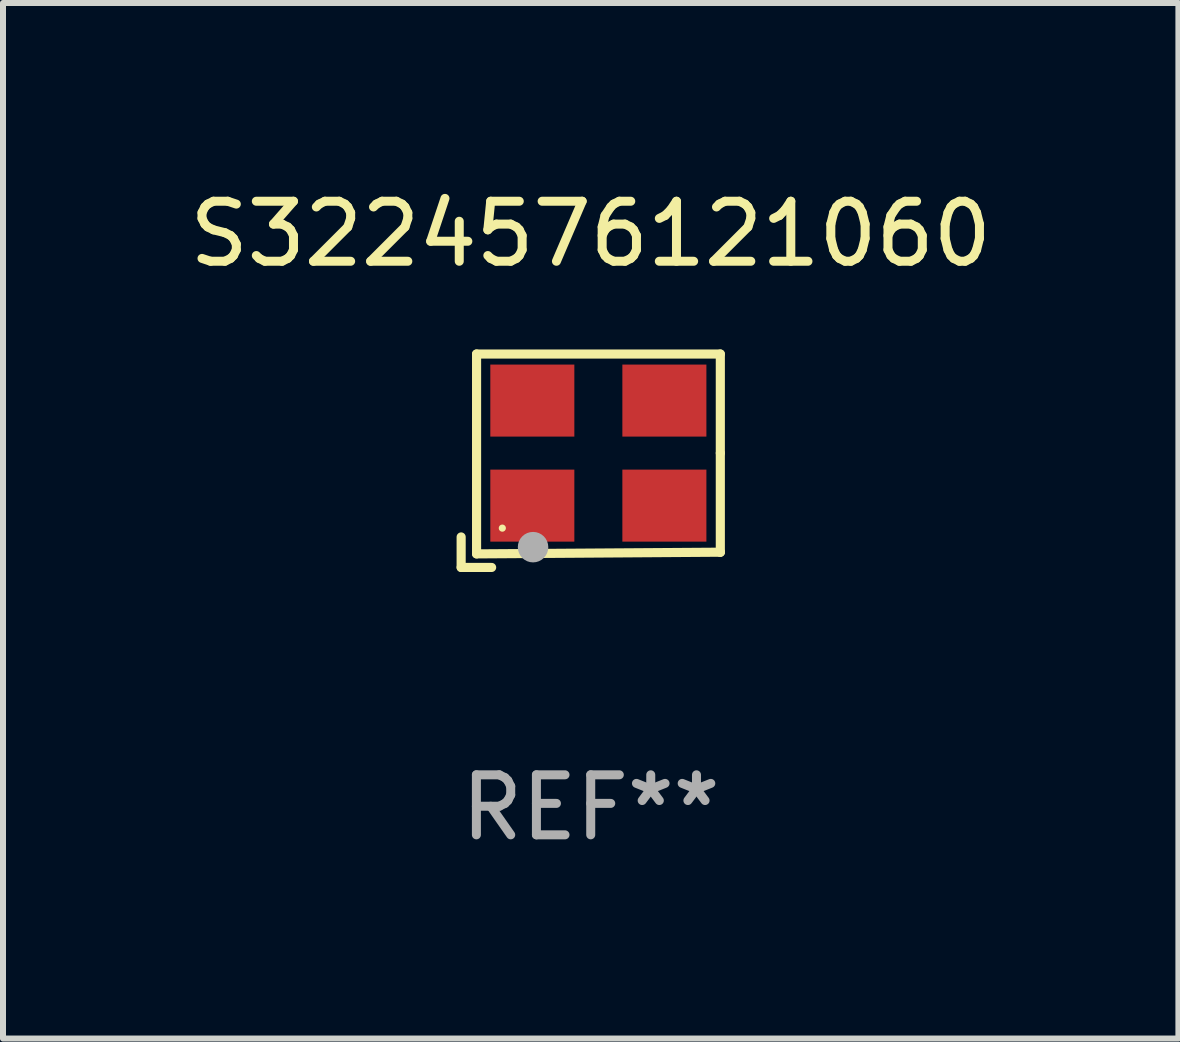
<source format=kicad_pcb>
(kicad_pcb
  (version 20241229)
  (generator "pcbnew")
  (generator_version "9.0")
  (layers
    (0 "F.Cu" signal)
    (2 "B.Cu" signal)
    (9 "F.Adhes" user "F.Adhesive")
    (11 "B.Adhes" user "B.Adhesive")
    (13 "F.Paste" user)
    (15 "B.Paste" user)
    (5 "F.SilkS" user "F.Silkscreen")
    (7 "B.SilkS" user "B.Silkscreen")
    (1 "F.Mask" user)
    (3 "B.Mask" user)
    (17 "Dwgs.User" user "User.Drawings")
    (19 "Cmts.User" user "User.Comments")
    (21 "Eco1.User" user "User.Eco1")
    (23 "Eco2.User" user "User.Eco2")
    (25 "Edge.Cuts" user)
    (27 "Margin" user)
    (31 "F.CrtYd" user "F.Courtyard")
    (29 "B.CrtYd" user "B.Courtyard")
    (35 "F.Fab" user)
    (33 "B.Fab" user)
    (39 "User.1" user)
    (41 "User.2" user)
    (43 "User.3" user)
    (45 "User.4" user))
  (footprint "S3224576121060"
    (layer "F.Cu")
    (at 6.792 4.626)
    (property "Reference" "S3224576121060" (at 0 -3.778 0) (layer "F.SilkS") (effects (font (size 1 1) (thickness 0.15))))
    (attr through_hole)
    (fp_line (start -2.159 1.27) (end -2.159 1.778) (stroke (width 0.152) (type solid)) (layer "F.SilkS"))
    (fp_line (start -2.159 1.778) (end -1.651 1.778) (stroke (width 0.152) (type solid)) (layer "F.SilkS"))
    (fp_line (start -1.902 -1.778) (end 2.159 -1.778) (stroke (width 0.152) (type solid)) (layer "F.SilkS"))
    (fp_line (start -1.902 1.552) (end -1.902 -1.778) (stroke (width 0.152) (type solid)) (layer "F.SilkS"))
    (fp_line (start 2.159 -1.778) (end 2.159 -0.127) (stroke (width 0.152) (type solid)) (layer "F.SilkS"))
    (fp_line (start 2.159 -0.127) (end 2.159 1.524) (stroke (width 0.152) (type solid)) (layer "F.SilkS"))
    (fp_line (start 2.159 1.524) (end -1.902 1.552) (stroke (width 0.152) (type solid)) (layer "F.SilkS"))
    (fp_line (start 2.159 1.524) (end 2.159 1.524) (stroke (width 0.152) (type solid)) (layer "F.SilkS"))
    (fp_circle (center -1.473 1.123) (end -1.443 1.123) (stroke (width 0.06) (type solid)) (fill no) (layer "F.SilkS"))
    (fp_circle (center -0.961 1.44) (end -0.834 1.44) (stroke (width 0.254) (type solid)) (fill no) (layer "F.Fab"))
    (fp_text user "REF**" (at 0 5.778 0) (layer "F.Fab") (effects (font (size 1 1) (thickness 0.15))))
    (pad "1" smd rect (at -0.973 0.748) (size 1.4 1.2) (layers "F.Cu" "F.Mask" "F.Paste"))
    (pad "2" smd rect (at 1.227 0.748) (size 1.4 1.2) (layers "F.Cu" "F.Mask" "F.Paste"))
    (pad "3" smd rect (at 1.227 -1.002) (size 1.4 1.2) (layers "F.Cu" "F.Mask" "F.Paste"))
    (pad "4" smd rect (at -0.973 -1.002) (size 1.4 1.2) (layers "F.Cu" "F.Mask" "F.Paste")))
  (gr_rect
    (start -3 -3)
    (end 16.583 14.253)
    (stroke (width 0.1) (type default))
    (fill no)
    (layer "Edge.Cuts")))
</source>
